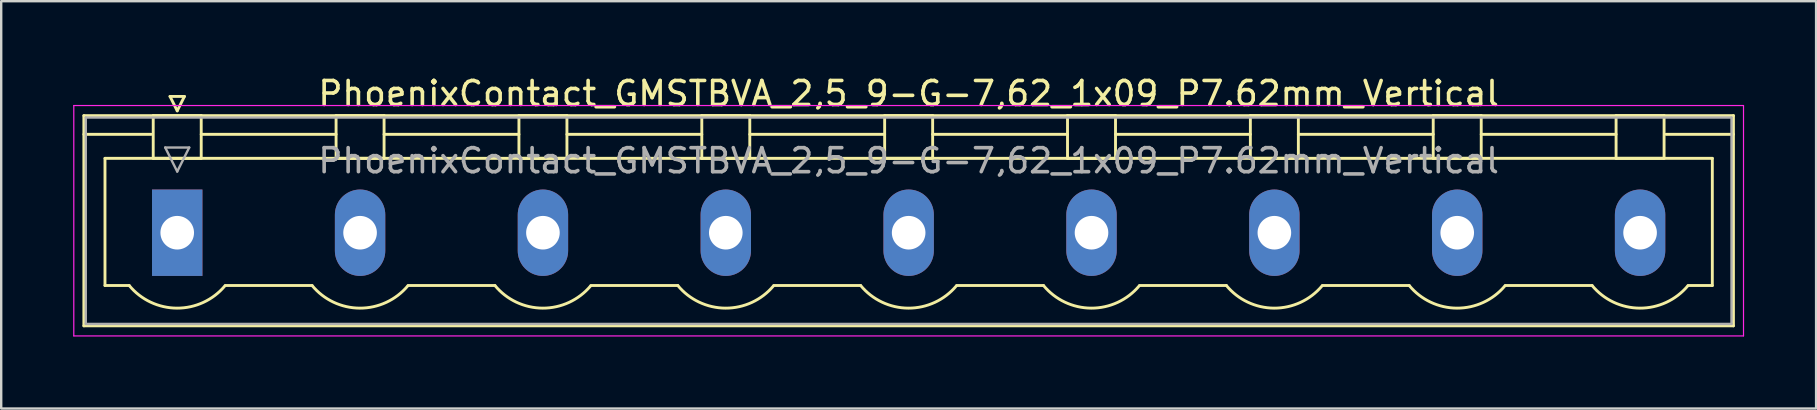
<source format=kicad_pcb>
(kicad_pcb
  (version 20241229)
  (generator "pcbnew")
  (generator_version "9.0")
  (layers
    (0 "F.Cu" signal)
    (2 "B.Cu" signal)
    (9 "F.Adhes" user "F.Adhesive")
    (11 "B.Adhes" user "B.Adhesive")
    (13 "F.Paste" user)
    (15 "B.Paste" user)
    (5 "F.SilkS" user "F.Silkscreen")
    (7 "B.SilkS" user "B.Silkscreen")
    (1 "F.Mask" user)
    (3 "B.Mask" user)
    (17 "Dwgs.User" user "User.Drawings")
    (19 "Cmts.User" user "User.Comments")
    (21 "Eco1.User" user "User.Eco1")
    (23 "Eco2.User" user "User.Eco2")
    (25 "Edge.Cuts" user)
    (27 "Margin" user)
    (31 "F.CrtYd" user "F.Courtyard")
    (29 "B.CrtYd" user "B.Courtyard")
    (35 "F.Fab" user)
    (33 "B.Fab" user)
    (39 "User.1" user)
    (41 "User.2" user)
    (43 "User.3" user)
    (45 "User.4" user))
  (footprint "PhoenixContact_GMSTBVA_2,5_9-G-7,62_1x09_P7.62mm_Vertical"
    (layer "F.Cu")
    (at 4.335 6.648)
    (property "Reference" "PhoenixContact_GMSTBVA_2,5_9-G-7,62_1x09_P7.62mm_Vertical" (at 30.48 -5.8 0) (layer "F.SilkS") (effects (font (size 1 1) (thickness 0.15))))
    (attr through_hole)
    (fp_line (start -3.89 -4.88) (end -3.89 3.88) (stroke (width 0.12) (type solid)) (layer "F.SilkS"))
    (fp_line (start -3.89 -4.1) (end -1.08 -4.1) (stroke (width 0.12) (type solid)) (layer "F.SilkS"))
    (fp_line (start -3.89 3.88) (end 64.85 3.88) (stroke (width 0.12) (type solid)) (layer "F.SilkS"))
    (fp_line (start -3.01 -3.1) (end 63.97 -3.1) (stroke (width 0.12) (type solid)) (layer "F.SilkS"))
    (fp_line (start -3.01 2.2) (end -3.01 -3.1) (stroke (width 0.12) (type solid)) (layer "F.SilkS"))
    (fp_line (start -2 2.2) (end -3.01 2.2) (stroke (width 0.12) (type solid)) (layer "F.SilkS"))
    (fp_line (start -1 -4.88) (end 1 -4.88) (stroke (width 0.12) (type solid)) (layer "F.SilkS"))
    (fp_line (start -1 -3.1) (end -1 -4.88) (stroke (width 0.12) (type solid)) (layer "F.SilkS"))
    (fp_line (start -0.3 -5.68) (end 0.3 -5.68) (stroke (width 0.12) (type solid)) (layer "F.SilkS"))
    (fp_line (start 0 -5.08) (end -0.3 -5.68) (stroke (width 0.12) (type solid)) (layer "F.SilkS"))
    (fp_line (start 0.3 -5.68) (end 0 -5.08) (stroke (width 0.12) (type solid)) (layer "F.SilkS"))
    (fp_line (start 1 -4.88) (end 1 -3.1) (stroke (width 0.12) (type solid)) (layer "F.SilkS"))
    (fp_line (start 1 -4.1) (end 6.62 -4.1) (stroke (width 0.12) (type solid)) (layer "F.SilkS"))
    (fp_line (start 1 -3.1) (end -1 -3.1) (stroke (width 0.12) (type solid)) (layer "F.SilkS"))
    (fp_line (start 2 2.2) (end 5.62 2.2) (stroke (width 0.12) (type solid)) (layer "F.SilkS"))
    (fp_line (start 6.62 -4.88) (end 8.62 -4.88) (stroke (width 0.12) (type solid)) (layer "F.SilkS"))
    (fp_line (start 6.62 -3.1) (end 6.62 -4.88) (stroke (width 0.12) (type solid)) (layer "F.SilkS"))
    (fp_line (start 8.62 -4.88) (end 8.62 -3.1) (stroke (width 0.12) (type solid)) (layer "F.SilkS"))
    (fp_line (start 8.62 -4.1) (end 14.24 -4.1) (stroke (width 0.12) (type solid)) (layer "F.SilkS"))
    (fp_line (start 8.62 -3.1) (end 6.62 -3.1) (stroke (width 0.12) (type solid)) (layer "F.SilkS"))
    (fp_line (start 9.62 2.2) (end 13.24 2.2) (stroke (width 0.12) (type solid)) (layer "F.SilkS"))
    (fp_line (start 14.24 -4.88) (end 16.24 -4.88) (stroke (width 0.12) (type solid)) (layer "F.SilkS"))
    (fp_line (start 14.24 -3.1) (end 14.24 -4.88) (stroke (width 0.12) (type solid)) (layer "F.SilkS"))
    (fp_line (start 16.24 -4.88) (end 16.24 -3.1) (stroke (width 0.12) (type solid)) (layer "F.SilkS"))
    (fp_line (start 16.24 -4.1) (end 21.86 -4.1) (stroke (width 0.12) (type solid)) (layer "F.SilkS"))
    (fp_line (start 16.24 -3.1) (end 14.24 -3.1) (stroke (width 0.12) (type solid)) (layer "F.SilkS"))
    (fp_line (start 17.24 2.2) (end 20.86 2.2) (stroke (width 0.12) (type solid)) (layer "F.SilkS"))
    (fp_line (start 21.86 -4.88) (end 23.86 -4.88) (stroke (width 0.12) (type solid)) (layer "F.SilkS"))
    (fp_line (start 21.86 -3.1) (end 21.86 -4.88) (stroke (width 0.12) (type solid)) (layer "F.SilkS"))
    (fp_line (start 23.86 -4.88) (end 23.86 -3.1) (stroke (width 0.12) (type solid)) (layer "F.SilkS"))
    (fp_line (start 23.86 -4.1) (end 29.48 -4.1) (stroke (width 0.12) (type solid)) (layer "F.SilkS"))
    (fp_line (start 23.86 -3.1) (end 21.86 -3.1) (stroke (width 0.12) (type solid)) (layer "F.SilkS"))
    (fp_line (start 24.86 2.2) (end 28.48 2.2) (stroke (width 0.12) (type solid)) (layer "F.SilkS"))
    (fp_line (start 29.48 -4.88) (end 31.48 -4.88) (stroke (width 0.12) (type solid)) (layer "F.SilkS"))
    (fp_line (start 29.48 -3.1) (end 29.48 -4.88) (stroke (width 0.12) (type solid)) (layer "F.SilkS"))
    (fp_line (start 31.48 -4.88) (end 31.48 -3.1) (stroke (width 0.12) (type solid)) (layer "F.SilkS"))
    (fp_line (start 31.48 -4.1) (end 37.1 -4.1) (stroke (width 0.12) (type solid)) (layer "F.SilkS"))
    (fp_line (start 31.48 -3.1) (end 29.48 -3.1) (stroke (width 0.12) (type solid)) (layer "F.SilkS"))
    (fp_line (start 32.48 2.2) (end 36.1 2.2) (stroke (width 0.12) (type solid)) (layer "F.SilkS"))
    (fp_line (start 37.1 -4.88) (end 39.1 -4.88) (stroke (width 0.12) (type solid)) (layer "F.SilkS"))
    (fp_line (start 37.1 -3.1) (end 37.1 -4.88) (stroke (width 0.12) (type solid)) (layer "F.SilkS"))
    (fp_line (start 39.1 -4.88) (end 39.1 -3.1) (stroke (width 0.12) (type solid)) (layer "F.SilkS"))
    (fp_line (start 39.1 -4.1) (end 44.72 -4.1) (stroke (width 0.12) (type solid)) (layer "F.SilkS"))
    (fp_line (start 39.1 -3.1) (end 37.1 -3.1) (stroke (width 0.12) (type solid)) (layer "F.SilkS"))
    (fp_line (start 40.1 2.2) (end 43.72 2.2) (stroke (width 0.12) (type solid)) (layer "F.SilkS"))
    (fp_line (start 44.72 -4.88) (end 46.72 -4.88) (stroke (width 0.12) (type solid)) (layer "F.SilkS"))
    (fp_line (start 44.72 -3.1) (end 44.72 -4.88) (stroke (width 0.12) (type solid)) (layer "F.SilkS"))
    (fp_line (start 46.72 -4.88) (end 46.72 -3.1) (stroke (width 0.12) (type solid)) (layer "F.SilkS"))
    (fp_line (start 46.72 -4.1) (end 52.34 -4.1) (stroke (width 0.12) (type solid)) (layer "F.SilkS"))
    (fp_line (start 46.72 -3.1) (end 44.72 -3.1) (stroke (width 0.12) (type solid)) (layer "F.SilkS"))
    (fp_line (start 47.72 2.2) (end 51.34 2.2) (stroke (width 0.12) (type solid)) (layer "F.SilkS"))
    (fp_line (start 52.34 -4.88) (end 54.34 -4.88) (stroke (width 0.12) (type solid)) (layer "F.SilkS"))
    (fp_line (start 52.34 -3.1) (end 52.34 -4.88) (stroke (width 0.12) (type solid)) (layer "F.SilkS"))
    (fp_line (start 54.34 -4.88) (end 54.34 -3.1) (stroke (width 0.12) (type solid)) (layer "F.SilkS"))
    (fp_line (start 54.34 -4.1) (end 59.96 -4.1) (stroke (width 0.12) (type solid)) (layer "F.SilkS"))
    (fp_line (start 54.34 -3.1) (end 52.34 -3.1) (stroke (width 0.12) (type solid)) (layer "F.SilkS"))
    (fp_line (start 55.34 2.2) (end 58.96 2.2) (stroke (width 0.12) (type solid)) (layer "F.SilkS"))
    (fp_line (start 59.96 -4.88) (end 61.96 -4.88) (stroke (width 0.12) (type solid)) (layer "F.SilkS"))
    (fp_line (start 59.96 -3.1) (end 59.96 -4.88) (stroke (width 0.12) (type solid)) (layer "F.SilkS"))
    (fp_line (start 61.96 -4.88) (end 61.96 -3.1) (stroke (width 0.12) (type solid)) (layer "F.SilkS"))
    (fp_line (start 61.96 -3.1) (end 59.96 -3.1) (stroke (width 0.12) (type solid)) (layer "F.SilkS"))
    (fp_line (start 63.97 -3.1) (end 63.97 2.2) (stroke (width 0.12) (type solid)) (layer "F.SilkS"))
    (fp_line (start 63.97 2.2) (end 62.96 2.2) (stroke (width 0.12) (type solid)) (layer "F.SilkS"))
    (fp_line (start 64.85 -4.88) (end -3.89 -4.88) (stroke (width 0.12) (type solid)) (layer "F.SilkS"))
    (fp_line (start 64.85 -4.1) (end 62.04 -4.1) (stroke (width 0.12) (type solid)) (layer "F.SilkS"))
    (fp_line (start 64.85 3.88) (end 64.85 -4.88) (stroke (width 0.12) (type solid)) (layer "F.SilkS"))
    (fp_arc (start 1.986842 2.215821) (mid -0.010289 3.142758) (end -2 2.2) (stroke (width 0.12) (type solid)) (layer "F.SilkS"))
    (fp_arc (start 9.606842 2.215821) (mid 7.609711 3.142758) (end 5.62 2.2) (stroke (width 0.12) (type solid)) (layer "F.SilkS"))
    (fp_arc (start 17.226842 2.215821) (mid 15.229711 3.142758) (end 13.24 2.2) (stroke (width 0.12) (type solid)) (layer "F.SilkS"))
    (fp_arc (start 24.846842 2.215821) (mid 22.849711 3.142758) (end 20.86 2.2) (stroke (width 0.12) (type solid)) (layer "F.SilkS"))
    (fp_arc (start 32.466842 2.215821) (mid 30.469711 3.142758) (end 28.48 2.2) (stroke (width 0.12) (type solid)) (layer "F.SilkS"))
    (fp_arc (start 40.086842 2.215821) (mid 38.089711 3.142758) (end 36.1 2.2) (stroke (width 0.12) (type solid)) (layer "F.SilkS"))
    (fp_arc (start 47.706842 2.215821) (mid 45.709711 3.142758) (end 43.72 2.2) (stroke (width 0.12) (type solid)) (layer "F.SilkS"))
    (fp_arc (start 55.326842 2.215821) (mid 53.329711 3.142758) (end 51.34 2.2) (stroke (width 0.12) (type solid)) (layer "F.SilkS"))
    (fp_arc (start 62.946842 2.215821) (mid 60.949711 3.142758) (end 58.96 2.2) (stroke (width 0.12) (type solid)) (layer "F.SilkS"))
    (fp_line (start -4.31 -5.3) (end -4.31 4.3) (stroke (width 0.05) (type solid)) (layer "F.CrtYd"))
    (fp_line (start -4.31 4.3) (end 65.27 4.3) (stroke (width 0.05) (type solid)) (layer "F.CrtYd"))
    (fp_line (start 65.27 -5.3) (end -4.31 -5.3) (stroke (width 0.05) (type solid)) (layer "F.CrtYd"))
    (fp_line (start 65.27 4.3) (end 65.27 -5.3) (stroke (width 0.05) (type solid)) (layer "F.CrtYd"))
    (fp_line (start -3.81 -4.8) (end -3.81 3.8) (stroke (width 0.1) (type solid)) (layer "F.Fab"))
    (fp_line (start -3.81 3.8) (end 64.77 3.8) (stroke (width 0.1) (type solid)) (layer "F.Fab"))
    (fp_line (start -0.5 -3.55) (end 0.5 -3.55) (stroke (width 0.1) (type solid)) (layer "F.Fab"))
    (fp_line (start 0 -2.55) (end -0.5 -3.55) (stroke (width 0.1) (type solid)) (layer "F.Fab"))
    (fp_line (start 0.5 -3.55) (end 0 -2.55) (stroke (width 0.1) (type solid)) (layer "F.Fab"))
    (fp_line (start 64.77 -4.8) (end -3.81 -4.8) (stroke (width 0.1) (type solid)) (layer "F.Fab"))
    (fp_line (start 64.77 3.8) (end 64.77 -4.8) (stroke (width 0.1) (type solid)) (layer "F.Fab"))
    (fp_text user "${REFERENCE}" (at 30.48 -3 0) (layer "F.Fab") (effects (font (size 1 1) (thickness 0.15))))
    (pad "1" thru_hole rect (at 0 0) (size 2.1 3.6) (drill 1.4) (layers "*.Cu" "*.Mask"))
    (pad "2" thru_hole oval (at 7.62 0) (size 2.1 3.6) (drill 1.4) (layers "*.Cu" "*.Mask"))
    (pad "3" thru_hole oval (at 15.24 0) (size 2.1 3.6) (drill 1.4) (layers "*.Cu" "*.Mask"))
    (pad "4" thru_hole oval (at 22.86 0) (size 2.1 3.6) (drill 1.4) (layers "*.Cu" "*.Mask"))
    (pad "5" thru_hole oval (at 30.48 0) (size 2.1 3.6) (drill 1.4) (layers "*.Cu" "*.Mask"))
    (pad "6" thru_hole oval (at 38.1 0) (size 2.1 3.6) (drill 1.4) (layers "*.Cu" "*.Mask"))
    (pad "7" thru_hole oval (at 45.72 0) (size 2.1 3.6) (drill 1.4) (layers "*.Cu" "*.Mask"))
    (pad "8" thru_hole oval (at 53.34 0) (size 2.1 3.6) (drill 1.4) (layers "*.Cu" "*.Mask"))
    (pad "9" thru_hole oval (at 60.96 0) (size 2.1 3.6) (drill 1.4) (layers "*.Cu" "*.Mask")))
  (gr_rect
    (start -3 -3)
    (end 72.63 13.973)
    (stroke (width 0.1) (type default))
    (fill no)
    (layer "Edge.Cuts")))
</source>
